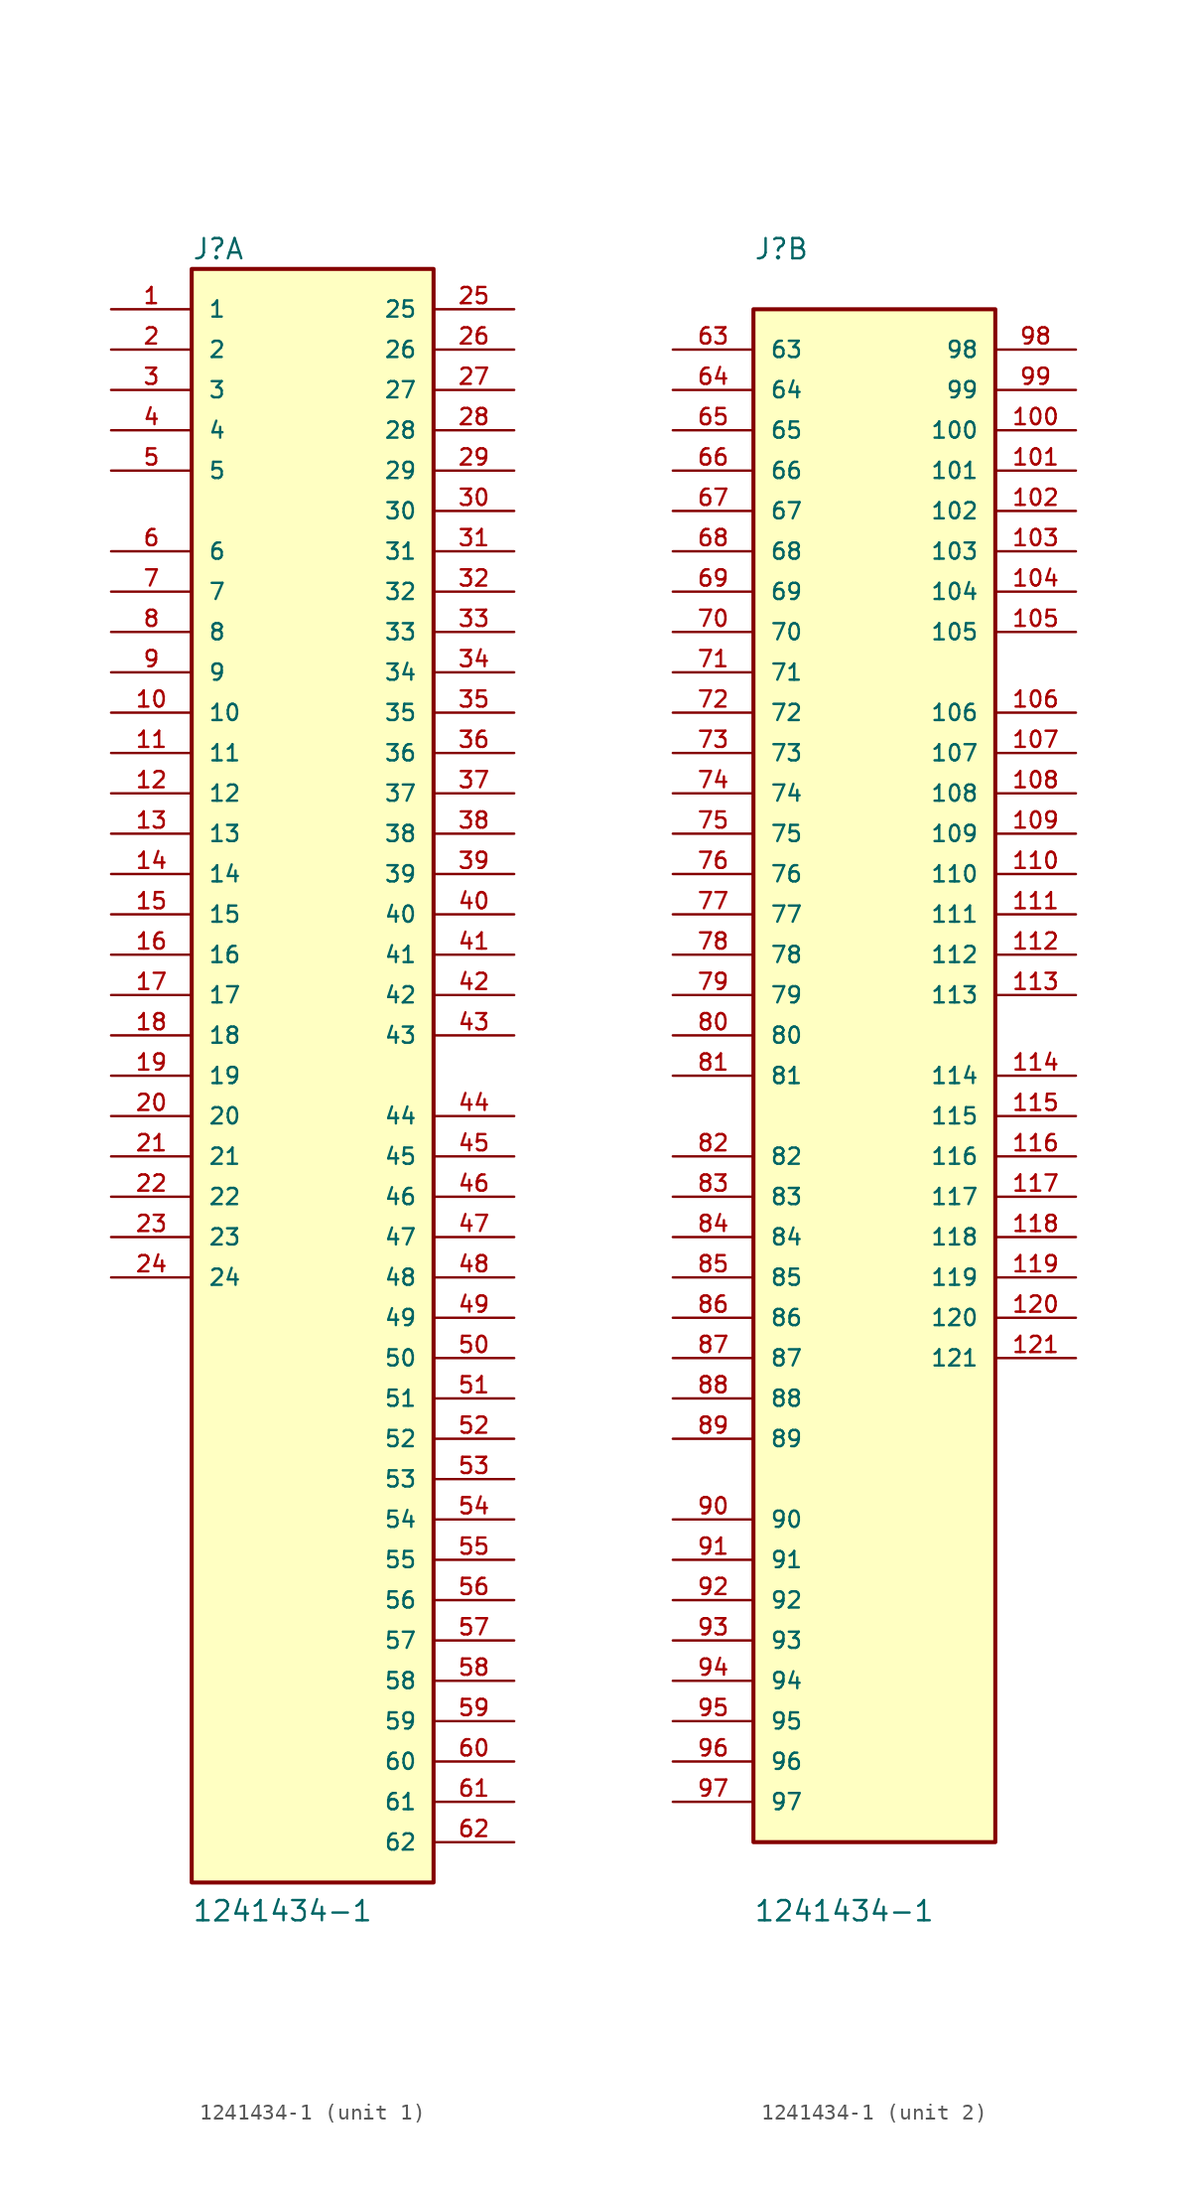
<source format=kicad_sym>
(kicad_symbol_lib
  (version 20220914)
  (generator kicad_symbol_editor)
  (symbol "1241434-1"
    (pin_names
      (offset 1.016))
    (property "Reference" "J"
      (at -7.62 51.308 0)
      (effects (font (size 1.27 1.27)) (justify left bottom)))
    (property "Value" "1241434-1"
      (at -7.62 -53.34 0)
      (effects (font (size 1.27 1.27)) (justify left bottom)))
    (symbol "1241434-1_1_0"
      (rectangle (start -7.62 50.8) (end 7.62 -50.8) (stroke (width 0.254) (type default)) (fill (type background)))
      (pin power_in line (at -12.7 48.26 0) (length 5.08) (name "1" (effects (font (size 1.016 1.016)))) (number "1" (effects (font (size 1.016 1.016)))))
      (pin passive line (at -12.7 22.86 0) (length 5.08) (name "10" (effects (font (size 1.016 1.016)))) (number "10" (effects (font (size 1.016 1.016)))))
      (pin passive line (at -12.7 20.32 0) (length 5.08) (name "11" (effects (font (size 1.016 1.016)))) (number "11" (effects (font (size 1.016 1.016)))))
      (pin passive line (at -12.7 17.78 0) (length 5.08) (name "12" (effects (font (size 1.016 1.016)))) (number "12" (effects (font (size 1.016 1.016)))))
      (pin passive line (at -12.7 15.24 0) (length 5.08) (name "13" (effects (font (size 1.016 1.016)))) (number "13" (effects (font (size 1.016 1.016)))))
      (pin passive line (at -12.7 12.7 0) (length 5.08) (name "14" (effects (font (size 1.016 1.016)))) (number "14" (effects (font (size 1.016 1.016)))))
      (pin passive line (at -12.7 10.16 0) (length 5.08) (name "15" (effects (font (size 1.016 1.016)))) (number "15" (effects (font (size 1.016 1.016)))))
      (pin passive line (at -12.7 7.62 0) (length 5.08) (name "16" (effects (font (size 1.016 1.016)))) (number "16" (effects (font (size 1.016 1.016)))))
      (pin passive line (at -12.7 5.08 0) (length 5.08) (name "17" (effects (font (size 1.016 1.016)))) (number "17" (effects (font (size 1.016 1.016)))))
      (pin passive line (at -12.7 2.54 0) (length 5.08) (name "18" (effects (font (size 1.016 1.016)))) (number "18" (effects (font (size 1.016 1.016)))))
      (pin passive line (at -12.7 0 0) (length 5.08) (name "19" (effects (font (size 1.016 1.016)))) (number "19" (effects (font (size 1.016 1.016)))))
      (pin power_in line (at -12.7 45.72 0) (length 5.08) (name "2" (effects (font (size 1.016 1.016)))) (number "2" (effects (font (size 1.016 1.016)))))
      (pin passive line (at -12.7 -2.54 0) (length 5.08) (name "20" (effects (font (size 1.016 1.016)))) (number "20" (effects (font (size 1.016 1.016)))))
      (pin passive line (at -12.7 -5.08 0) (length 5.08) (name "21" (effects (font (size 1.016 1.016)))) (number "21" (effects (font (size 1.016 1.016)))))
      (pin passive line (at -12.7 -7.62 0) (length 5.08) (name "22" (effects (font (size 1.016 1.016)))) (number "22" (effects (font (size 1.016 1.016)))))
      (pin passive line (at -12.7 -10.16 0) (length 5.08) (name "23" (effects (font (size 1.016 1.016)))) (number "23" (effects (font (size 1.016 1.016)))))
      (pin passive line (at -12.7 -12.7 0) (length 5.08) (name "24" (effects (font (size 1.016 1.016)))) (number "24" (effects (font (size 1.016 1.016)))))
      (pin passive line (at 12.7 48.26 180) (length 5.08) (name "25" (effects (font (size 1.016 1.016)))) (number "25" (effects (font (size 1.016 1.016)))))
      (pin passive line (at 12.7 45.72 180) (length 5.08) (name "26" (effects (font (size 1.016 1.016)))) (number "26" (effects (font (size 1.016 1.016)))))
      (pin passive line (at 12.7 43.18 180) (length 5.08) (name "27" (effects (font (size 1.016 1.016)))) (number "27" (effects (font (size 1.016 1.016)))))
      (pin passive line (at 12.7 40.64 180) (length 5.08) (name "28" (effects (font (size 1.016 1.016)))) (number "28" (effects (font (size 1.016 1.016)))))
      (pin passive line (at 12.7 38.1 180) (length 5.08) (name "29" (effects (font (size 1.016 1.016)))) (number "29" (effects (font (size 1.016 1.016)))))
      (pin power_in line (at -12.7 43.18 0) (length 5.08) (name "3" (effects (font (size 1.016 1.016)))) (number "3" (effects (font (size 1.016 1.016)))))
      (pin passive line (at 12.7 35.56 180) (length 5.08) (name "30" (effects (font (size 1.016 1.016)))) (number "30" (effects (font (size 1.016 1.016)))))
      (pin passive line (at 12.7 33.02 180) (length 5.08) (name "31" (effects (font (size 1.016 1.016)))) (number "31" (effects (font (size 1.016 1.016)))))
      (pin passive line (at 12.7 30.48 180) (length 5.08) (name "32" (effects (font (size 1.016 1.016)))) (number "32" (effects (font (size 1.016 1.016)))))
      (pin passive line (at 12.7 27.94 180) (length 5.08) (name "33" (effects (font (size 1.016 1.016)))) (number "33" (effects (font (size 1.016 1.016)))))
      (pin passive line (at 12.7 25.4 180) (length 5.08) (name "34" (effects (font (size 1.016 1.016)))) (number "34" (effects (font (size 1.016 1.016)))))
      (pin passive line (at 12.7 22.86 180) (length 5.08) (name "35" (effects (font (size 1.016 1.016)))) (number "35" (effects (font (size 1.016 1.016)))))
      (pin passive line (at 12.7 20.32 180) (length 5.08) (name "36" (effects (font (size 1.016 1.016)))) (number "36" (effects (font (size 1.016 1.016)))))
      (pin passive line (at 12.7 17.78 180) (length 5.08) (name "37" (effects (font (size 1.016 1.016)))) (number "37" (effects (font (size 1.016 1.016)))))
      (pin passive line (at 12.7 15.24 180) (length 5.08) (name "38" (effects (font (size 1.016 1.016)))) (number "38" (effects (font (size 1.016 1.016)))))
      (pin passive line (at 12.7 12.7 180) (length 5.08) (name "39" (effects (font (size 1.016 1.016)))) (number "39" (effects (font (size 1.016 1.016)))))
      (pin power_in line (at -12.7 40.64 0) (length 5.08) (name "4" (effects (font (size 1.016 1.016)))) (number "4" (effects (font (size 1.016 1.016)))))
      (pin passive line (at 12.7 10.16 180) (length 5.08) (name "40" (effects (font (size 1.016 1.016)))) (number "40" (effects (font (size 1.016 1.016)))))
      (pin passive line (at 12.7 7.62 180) (length 5.08) (name "41" (effects (font (size 1.016 1.016)))) (number "41" (effects (font (size 1.016 1.016)))))
      (pin passive line (at 12.7 5.08 180) (length 5.08) (name "42" (effects (font (size 1.016 1.016)))) (number "42" (effects (font (size 1.016 1.016)))))
      (pin passive line (at 12.7 2.54 180) (length 5.08) (name "43" (effects (font (size 1.016 1.016)))) (number "43" (effects (font (size 1.016 1.016)))))
      (pin passive line (at 12.7 -2.54 180) (length 5.08) (name "44" (effects (font (size 1.016 1.016)))) (number "44" (effects (font (size 1.016 1.016)))))
      (pin passive line (at 12.7 -5.08 180) (length 5.08) (name "45" (effects (font (size 1.016 1.016)))) (number "45" (effects (font (size 1.016 1.016)))))
      (pin passive line (at 12.7 -7.62 180) (length 5.08) (name "46" (effects (font (size 1.016 1.016)))) (number "46" (effects (font (size 1.016 1.016)))))
      (pin passive line (at 12.7 -10.16 180) (length 5.08) (name "47" (effects (font (size 1.016 1.016)))) (number "47" (effects (font (size 1.016 1.016)))))
      (pin passive line (at 12.7 -12.7 180) (length 5.08) (name "48" (effects (font (size 1.016 1.016)))) (number "48" (effects (font (size 1.016 1.016)))))
      (pin passive line (at 12.7 -15.24 180) (length 5.08) (name "49" (effects (font (size 1.016 1.016)))) (number "49" (effects (font (size 1.016 1.016)))))
      (pin power_in line (at -12.7 38.1 0) (length 5.08) (name "5" (effects (font (size 1.016 1.016)))) (number "5" (effects (font (size 1.016 1.016)))))
      (pin passive line (at 12.7 -17.78 180) (length 5.08) (name "50" (effects (font (size 1.016 1.016)))) (number "50" (effects (font (size 1.016 1.016)))))
      (pin passive line (at 12.7 -20.32 180) (length 5.08) (name "51" (effects (font (size 1.016 1.016)))) (number "51" (effects (font (size 1.016 1.016)))))
      (pin passive line (at 12.7 -22.86 180) (length 5.08) (name "52" (effects (font (size 1.016 1.016)))) (number "52" (effects (font (size 1.016 1.016)))))
      (pin passive line (at 12.7 -25.4 180) (length 5.08) (name "53" (effects (font (size 1.016 1.016)))) (number "53" (effects (font (size 1.016 1.016)))))
      (pin passive line (at 12.7 -27.94 180) (length 5.08) (name "54" (effects (font (size 1.016 1.016)))) (number "54" (effects (font (size 1.016 1.016)))))
      (pin passive line (at 12.7 -30.48 180) (length 5.08) (name "55" (effects (font (size 1.016 1.016)))) (number "55" (effects (font (size 1.016 1.016)))))
      (pin passive line (at 12.7 -33.02 180) (length 5.08) (name "56" (effects (font (size 1.016 1.016)))) (number "56" (effects (font (size 1.016 1.016)))))
      (pin passive line (at 12.7 -35.56 180) (length 5.08) (name "57" (effects (font (size 1.016 1.016)))) (number "57" (effects (font (size 1.016 1.016)))))
      (pin passive line (at 12.7 -38.1 180) (length 5.08) (name "58" (effects (font (size 1.016 1.016)))) (number "58" (effects (font (size 1.016 1.016)))))
      (pin passive line (at 12.7 -40.64 180) (length 5.08) (name "59" (effects (font (size 1.016 1.016)))) (number "59" (effects (font (size 1.016 1.016)))))
      (pin passive line (at -12.7 33.02 0) (length 5.08) (name "6" (effects (font (size 1.016 1.016)))) (number "6" (effects (font (size 1.016 1.016)))))
      (pin passive line (at 12.7 -43.18 180) (length 5.08) (name "60" (effects (font (size 1.016 1.016)))) (number "60" (effects (font (size 1.016 1.016)))))
      (pin passive line (at 12.7 -45.72 180) (length 5.08) (name "61" (effects (font (size 1.016 1.016)))) (number "61" (effects (font (size 1.016 1.016)))))
      (pin passive line (at 12.7 -48.26 180) (length 5.08) (name "62" (effects (font (size 1.016 1.016)))) (number "62" (effects (font (size 1.016 1.016)))))
      (pin passive line (at -12.7 30.48 0) (length 5.08) (name "7" (effects (font (size 1.016 1.016)))) (number "7" (effects (font (size 1.016 1.016)))))
      (pin passive line (at -12.7 27.94 0) (length 5.08) (name "8" (effects (font (size 1.016 1.016)))) (number "8" (effects (font (size 1.016 1.016)))))
      (pin passive line (at -12.7 25.4 0) (length 5.08) (name "9" (effects (font (size 1.016 1.016)))) (number "9" (effects (font (size 1.016 1.016))))))
    (symbol "1241434-1_2_0"
      (rectangle (start -7.62 -48.26) (end 7.62 48.26) (stroke (width 0.254) (type default)) (fill (type background)))
      (pin passive line (at 12.7 40.64 180) (length 5.08) (name "100" (effects (font (size 1.016 1.016)))) (number "100" (effects (font (size 1.016 1.016)))))
      (pin passive line (at 12.7 38.1 180) (length 5.08) (name "101" (effects (font (size 1.016 1.016)))) (number "101" (effects (font (size 1.016 1.016)))))
      (pin passive line (at 12.7 35.56 180) (length 5.08) (name "102" (effects (font (size 1.016 1.016)))) (number "102" (effects (font (size 1.016 1.016)))))
      (pin passive line (at 12.7 33.02 180) (length 5.08) (name "103" (effects (font (size 1.016 1.016)))) (number "103" (effects (font (size 1.016 1.016)))))
      (pin passive line (at 12.7 30.48 180) (length 5.08) (name "104" (effects (font (size 1.016 1.016)))) (number "104" (effects (font (size 1.016 1.016)))))
      (pin passive line (at 12.7 27.94 180) (length 5.08) (name "105" (effects (font (size 1.016 1.016)))) (number "105" (effects (font (size 1.016 1.016)))))
      (pin passive line (at 12.7 22.86 180) (length 5.08) (name "106" (effects (font (size 1.016 1.016)))) (number "106" (effects (font (size 1.016 1.016)))))
      (pin passive line (at 12.7 20.32 180) (length 5.08) (name "107" (effects (font (size 1.016 1.016)))) (number "107" (effects (font (size 1.016 1.016)))))
      (pin passive line (at 12.7 17.78 180) (length 5.08) (name "108" (effects (font (size 1.016 1.016)))) (number "108" (effects (font (size 1.016 1.016)))))
      (pin passive line (at 12.7 15.24 180) (length 5.08) (name "109" (effects (font (size 1.016 1.016)))) (number "109" (effects (font (size 1.016 1.016)))))
      (pin passive line (at 12.7 12.7 180) (length 5.08) (name "110" (effects (font (size 1.016 1.016)))) (number "110" (effects (font (size 1.016 1.016)))))
      (pin passive line (at 12.7 10.16 180) (length 5.08) (name "111" (effects (font (size 1.016 1.016)))) (number "111" (effects (font (size 1.016 1.016)))))
      (pin passive line (at 12.7 7.62 180) (length 5.08) (name "112" (effects (font (size 1.016 1.016)))) (number "112" (effects (font (size 1.016 1.016)))))
      (pin passive line (at 12.7 5.08 180) (length 5.08) (name "113" (effects (font (size 1.016 1.016)))) (number "113" (effects (font (size 1.016 1.016)))))
      (pin power_in line (at 12.7 0 180) (length 5.08) (name "114" (effects (font (size 1.016 1.016)))) (number "114" (effects (font (size 1.016 1.016)))))
      (pin power_in line (at 12.7 -2.54 180) (length 5.08) (name "115" (effects (font (size 1.016 1.016)))) (number "115" (effects (font (size 1.016 1.016)))))
      (pin power_in line (at 12.7 -5.08 180) (length 5.08) (name "116" (effects (font (size 1.016 1.016)))) (number "116" (effects (font (size 1.016 1.016)))))
      (pin power_in line (at 12.7 -7.62 180) (length 5.08) (name "117" (effects (font (size 1.016 1.016)))) (number "117" (effects (font (size 1.016 1.016)))))
      (pin power_in line (at 12.7 -10.16 180) (length 5.08) (name "118" (effects (font (size 1.016 1.016)))) (number "118" (effects (font (size 1.016 1.016)))))
      (pin power_in line (at 12.7 -12.7 180) (length 5.08) (name "119" (effects (font (size 1.016 1.016)))) (number "119" (effects (font (size 1.016 1.016)))))
      (pin power_in line (at 12.7 -15.24 180) (length 5.08) (name "120" (effects (font (size 1.016 1.016)))) (number "120" (effects (font (size 1.016 1.016)))))
      (pin power_in line (at 12.7 -17.78 180) (length 5.08) (name "121" (effects (font (size 1.016 1.016)))) (number "121" (effects (font (size 1.016 1.016)))))
      (pin passive line (at -12.7 45.72 0) (length 5.08) (name "63" (effects (font (size 1.016 1.016)))) (number "63" (effects (font (size 1.016 1.016)))))
      (pin passive line (at -12.7 43.18 0) (length 5.08) (name "64" (effects (font (size 1.016 1.016)))) (number "64" (effects (font (size 1.016 1.016)))))
      (pin passive line (at -12.7 40.64 0) (length 5.08) (name "65" (effects (font (size 1.016 1.016)))) (number "65" (effects (font (size 1.016 1.016)))))
      (pin passive line (at -12.7 38.1 0) (length 5.08) (name "66" (effects (font (size 1.016 1.016)))) (number "66" (effects (font (size 1.016 1.016)))))
      (pin passive line (at -12.7 35.56 0) (length 5.08) (name "67" (effects (font (size 1.016 1.016)))) (number "67" (effects (font (size 1.016 1.016)))))
      (pin passive line (at -12.7 33.02 0) (length 5.08) (name "68" (effects (font (size 1.016 1.016)))) (number "68" (effects (font (size 1.016 1.016)))))
      (pin passive line (at -12.7 30.48 0) (length 5.08) (name "69" (effects (font (size 1.016 1.016)))) (number "69" (effects (font (size 1.016 1.016)))))
      (pin passive line (at -12.7 27.94 0) (length 5.08) (name "70" (effects (font (size 1.016 1.016)))) (number "70" (effects (font (size 1.016 1.016)))))
      (pin passive line (at -12.7 25.4 0) (length 5.08) (name "71" (effects (font (size 1.016 1.016)))) (number "71" (effects (font (size 1.016 1.016)))))
      (pin passive line (at -12.7 22.86 0) (length 5.08) (name "72" (effects (font (size 1.016 1.016)))) (number "72" (effects (font (size 1.016 1.016)))))
      (pin passive line (at -12.7 20.32 0) (length 5.08) (name "73" (effects (font (size 1.016 1.016)))) (number "73" (effects (font (size 1.016 1.016)))))
      (pin passive line (at -12.7 17.78 0) (length 5.08) (name "74" (effects (font (size 1.016 1.016)))) (number "74" (effects (font (size 1.016 1.016)))))
      (pin passive line (at -12.7 15.24 0) (length 5.08) (name "75" (effects (font (size 1.016 1.016)))) (number "75" (effects (font (size 1.016 1.016)))))
      (pin passive line (at -12.7 12.7 0) (length 5.08) (name "76" (effects (font (size 1.016 1.016)))) (number "76" (effects (font (size 1.016 1.016)))))
      (pin passive line (at -12.7 10.16 0) (length 5.08) (name "77" (effects (font (size 1.016 1.016)))) (number "77" (effects (font (size 1.016 1.016)))))
      (pin passive line (at -12.7 7.62 0) (length 5.08) (name "78" (effects (font (size 1.016 1.016)))) (number "78" (effects (font (size 1.016 1.016)))))
      (pin passive line (at -12.7 5.08 0) (length 5.08) (name "79" (effects (font (size 1.016 1.016)))) (number "79" (effects (font (size 1.016 1.016)))))
      (pin passive line (at -12.7 2.54 0) (length 5.08) (name "80" (effects (font (size 1.016 1.016)))) (number "80" (effects (font (size 1.016 1.016)))))
      (pin passive line (at -12.7 0 0) (length 5.08) (name "81" (effects (font (size 1.016 1.016)))) (number "81" (effects (font (size 1.016 1.016)))))
      (pin passive line (at -12.7 -5.08 0) (length 5.08) (name "82" (effects (font (size 1.016 1.016)))) (number "82" (effects (font (size 1.016 1.016)))))
      (pin passive line (at -12.7 -7.62 0) (length 5.08) (name "83" (effects (font (size 1.016 1.016)))) (number "83" (effects (font (size 1.016 1.016)))))
      (pin passive line (at -12.7 -10.16 0) (length 5.08) (name "84" (effects (font (size 1.016 1.016)))) (number "84" (effects (font (size 1.016 1.016)))))
      (pin passive line (at -12.7 -12.7 0) (length 5.08) (name "85" (effects (font (size 1.016 1.016)))) (number "85" (effects (font (size 1.016 1.016)))))
      (pin passive line (at -12.7 -15.24 0) (length 5.08) (name "86" (effects (font (size 1.016 1.016)))) (number "86" (effects (font (size 1.016 1.016)))))
      (pin passive line (at -12.7 -17.78 0) (length 5.08) (name "87" (effects (font (size 1.016 1.016)))) (number "87" (effects (font (size 1.016 1.016)))))
      (pin passive line (at -12.7 -20.32 0) (length 5.08) (name "88" (effects (font (size 1.016 1.016)))) (number "88" (effects (font (size 1.016 1.016)))))
      (pin passive line (at -12.7 -22.86 0) (length 5.08) (name "89" (effects (font (size 1.016 1.016)))) (number "89" (effects (font (size 1.016 1.016)))))
      (pin passive line (at -12.7 -27.94 0) (length 5.08) (name "90" (effects (font (size 1.016 1.016)))) (number "90" (effects (font (size 1.016 1.016)))))
      (pin passive line (at -12.7 -30.48 0) (length 5.08) (name "91" (effects (font (size 1.016 1.016)))) (number "91" (effects (font (size 1.016 1.016)))))
      (pin passive line (at -12.7 -33.02 0) (length 5.08) (name "92" (effects (font (size 1.016 1.016)))) (number "92" (effects (font (size 1.016 1.016)))))
      (pin passive line (at -12.7 -35.56 0) (length 5.08) (name "93" (effects (font (size 1.016 1.016)))) (number "93" (effects (font (size 1.016 1.016)))))
      (pin passive line (at -12.7 -38.1 0) (length 5.08) (name "94" (effects (font (size 1.016 1.016)))) (number "94" (effects (font (size 1.016 1.016)))))
      (pin passive line (at -12.7 -40.64 0) (length 5.08) (name "95" (effects (font (size 1.016 1.016)))) (number "95" (effects (font (size 1.016 1.016)))))
      (pin passive line (at -12.7 -43.18 0) (length 5.08) (name "96" (effects (font (size 1.016 1.016)))) (number "96" (effects (font (size 1.016 1.016)))))
      (pin passive line (at -12.7 -45.72 0) (length 5.08) (name "97" (effects (font (size 1.016 1.016)))) (number "97" (effects (font (size 1.016 1.016)))))
      (pin passive line (at 12.7 45.72 180) (length 5.08) (name "98" (effects (font (size 1.016 1.016)))) (number "98" (effects (font (size 1.016 1.016)))))
      (pin passive line (at 12.7 43.18 180) (length 5.08) (name "99" (effects (font (size 1.016 1.016)))) (number "99" (effects (font (size 1.016 1.016))))))))
</source>
